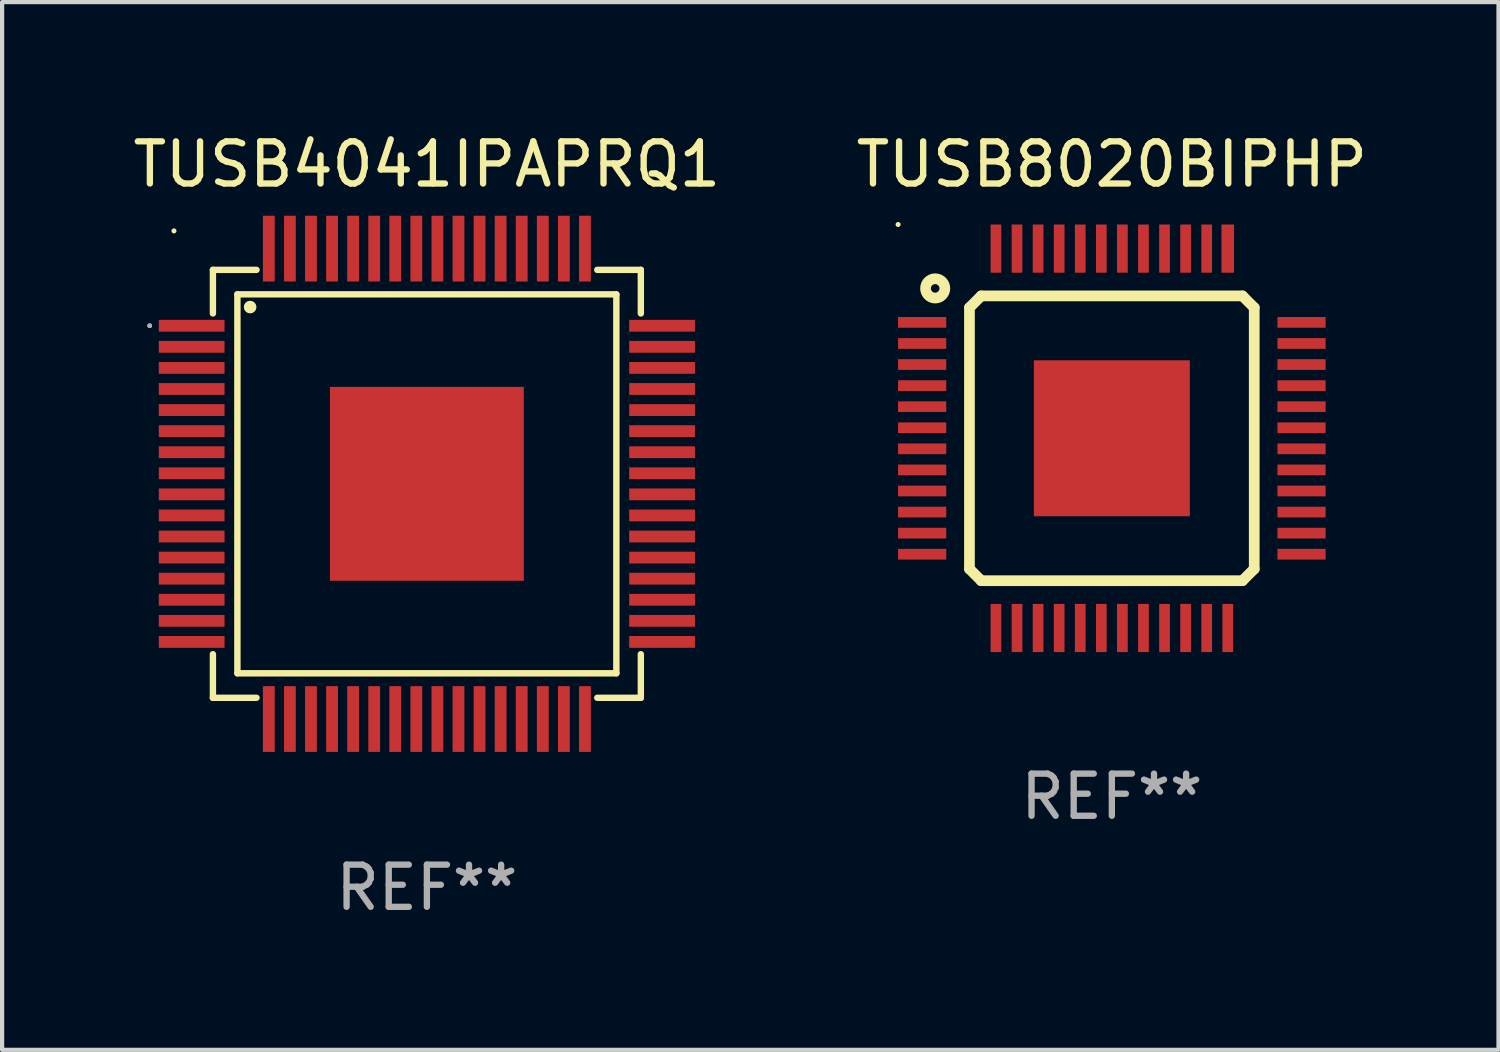
<source format=kicad_pcb>
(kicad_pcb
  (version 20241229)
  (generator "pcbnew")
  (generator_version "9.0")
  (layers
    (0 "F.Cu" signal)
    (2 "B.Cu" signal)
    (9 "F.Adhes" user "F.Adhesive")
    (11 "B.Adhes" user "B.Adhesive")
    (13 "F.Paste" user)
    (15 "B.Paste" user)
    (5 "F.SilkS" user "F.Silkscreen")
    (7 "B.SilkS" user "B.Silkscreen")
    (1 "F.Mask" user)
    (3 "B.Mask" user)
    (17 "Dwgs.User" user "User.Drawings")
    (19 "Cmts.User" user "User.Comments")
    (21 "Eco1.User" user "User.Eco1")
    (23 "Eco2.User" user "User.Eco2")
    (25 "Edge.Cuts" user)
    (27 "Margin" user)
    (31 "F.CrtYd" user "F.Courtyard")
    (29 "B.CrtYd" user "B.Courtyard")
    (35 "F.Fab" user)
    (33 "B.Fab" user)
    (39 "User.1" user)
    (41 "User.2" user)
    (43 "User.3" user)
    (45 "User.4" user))
  (footprint "TUSB8020BIPHP"
    (layer "F.Cu")
    (at 23.327 7.348)
    (property "Reference" "TUSB8020BIPHP" (at 0 -6.5 0) (layer "F.SilkS") (effects (font (size 1 1) (thickness 0.15))))
    (attr through_hole)
    (fp_line (start -3.378 -3.099) (end -3.099 -3.378) (stroke (width 0.254) (type solid)) (layer "F.SilkS"))
    (fp_line (start -3.378 3.099) (end -3.378 -3.099) (stroke (width 0.254) (type solid)) (layer "F.SilkS"))
    (fp_line (start -3.099 -3.378) (end 3.099 -3.378) (stroke (width 0.254) (type solid)) (layer "F.SilkS"))
    (fp_line (start -3.099 3.378) (end -3.378 3.099) (stroke (width 0.254) (type solid)) (layer "F.SilkS"))
    (fp_line (start 3.099 -3.378) (end 3.378 -3.099) (stroke (width 0.254) (type solid)) (layer "F.SilkS"))
    (fp_line (start 3.099 3.378) (end -3.099 3.378) (stroke (width 0.254) (type solid)) (layer "F.SilkS"))
    (fp_line (start 3.378 -3.099) (end 3.378 3.099) (stroke (width 0.254) (type solid)) (layer "F.SilkS"))
    (fp_line (start 3.378 3.099) (end 3.099 3.378) (stroke (width 0.254) (type solid)) (layer "F.SilkS"))
    (fp_circle (center -5.071 -5.072) (end -5.041 -5.072) (stroke (width 0.06) (type solid)) (fill no) (layer "F.SilkS"))
    (fp_circle (center -4.191 -3.556) (end -3.962 -3.556) (stroke (width 0.254) (type solid)) (fill no) (layer "F.SilkS"))
    (fp_text user "REF**" (at 0 8.5 0) (layer "F.Fab") (effects (font (size 1 1) (thickness 0.15))))
    (pad "1" smd rect (at -4.5 -2.75 270) (size 0.254 1.143) (layers "F.Cu" "F.Mask" "F.Paste"))
    (pad "2" smd rect (at -4.5 -2.25 270) (size 0.254 1.143) (layers "F.Cu" "F.Mask" "F.Paste"))
    (pad "3" smd rect (at -4.5 -1.75 270) (size 0.254 1.143) (layers "F.Cu" "F.Mask" "F.Paste"))
    (pad "4" smd rect (at -4.5 -1.25 270) (size 0.254 1.143) (layers "F.Cu" "F.Mask" "F.Paste"))
    (pad "5" smd rect (at -4.5 -0.75 270) (size 0.254 1.143) (layers "F.Cu" "F.Mask" "F.Paste"))
    (pad "6" smd rect (at -4.5 -0.25 270) (size 0.254 1.143) (layers "F.Cu" "F.Mask" "F.Paste"))
    (pad "7" smd rect (at -4.5 0.25 270) (size 0.254 1.143) (layers "F.Cu" "F.Mask" "F.Paste"))
    (pad "8" smd rect (at -4.5 0.75 270) (size 0.254 1.143) (layers "F.Cu" "F.Mask" "F.Paste"))
    (pad "9" smd rect (at -4.5 1.25 270) (size 0.254 1.143) (layers "F.Cu" "F.Mask" "F.Paste"))
    (pad "10" smd rect (at -4.5 1.75 270) (size 0.254 1.143) (layers "F.Cu" "F.Mask" "F.Paste"))
    (pad "11" smd rect (at -4.5 2.25 270) (size 0.254 1.143) (layers "F.Cu" "F.Mask" "F.Paste"))
    (pad "12" smd rect (at -4.5 2.75 270) (size 0.254 1.143) (layers "F.Cu" "F.Mask" "F.Paste"))
    (pad "13" smd rect (at -2.75 4.5 270) (size 1.143 0.254) (layers "F.Cu" "F.Mask" "F.Paste"))
    (pad "14" smd rect (at -2.25 4.5 270) (size 1.143 0.254) (layers "F.Cu" "F.Mask" "F.Paste"))
    (pad "15" smd rect (at -1.75 4.5 270) (size 1.143 0.254) (layers "F.Cu" "F.Mask" "F.Paste"))
    (pad "16" smd rect (at -1.25 4.5 270) (size 1.143 0.254) (layers "F.Cu" "F.Mask" "F.Paste"))
    (pad "17" smd rect (at -0.75 4.5 270) (size 1.143 0.254) (layers "F.Cu" "F.Mask" "F.Paste"))
    (pad "18" smd rect (at -0.25 4.5 270) (size 1.143 0.254) (layers "F.Cu" "F.Mask" "F.Paste"))
    (pad "19" smd rect (at 0.25 4.5 270) (size 1.143 0.254) (layers "F.Cu" "F.Mask" "F.Paste"))
    (pad "20" smd rect (at 0.75 4.5 270) (size 1.143 0.254) (layers "F.Cu" "F.Mask" "F.Paste"))
    (pad "21" smd rect (at 1.25 4.5 270) (size 1.143 0.254) (layers "F.Cu" "F.Mask" "F.Paste"))
    (pad "22" smd rect (at 1.75 4.5 270) (size 1.143 0.254) (layers "F.Cu" "F.Mask" "F.Paste"))
    (pad "23" smd rect (at 2.25 4.5 270) (size 1.143 0.254) (layers "F.Cu" "F.Mask" "F.Paste"))
    (pad "24" smd rect (at 2.75 4.5 270) (size 1.143 0.254) (layers "F.Cu" "F.Mask" "F.Paste"))
    (pad "25" smd rect (at 4.5 2.75 270) (size 0.254 1.143) (layers "F.Cu" "F.Mask" "F.Paste"))
    (pad "26" smd rect (at 4.5 2.25 270) (size 0.254 1.143) (layers "F.Cu" "F.Mask" "F.Paste"))
    (pad "27" smd rect (at 4.5 1.75 270) (size 0.254 1.143) (layers "F.Cu" "F.Mask" "F.Paste"))
    (pad "28" smd rect (at 4.5 1.25 270) (size 0.254 1.143) (layers "F.Cu" "F.Mask" "F.Paste"))
    (pad "29" smd rect (at 4.5 0.75 270) (size 0.254 1.143) (layers "F.Cu" "F.Mask" "F.Paste"))
    (pad "30" smd rect (at 4.5 0.25 270) (size 0.254 1.143) (layers "F.Cu" "F.Mask" "F.Paste"))
    (pad "31" smd rect (at 4.5 -0.25 270) (size 0.254 1.143) (layers "F.Cu" "F.Mask" "F.Paste"))
    (pad "32" smd rect (at 4.5 -0.75 270) (size 0.254 1.143) (layers "F.Cu" "F.Mask" "F.Paste"))
    (pad "33" smd rect (at 4.5 -1.25 270) (size 0.254 1.143) (layers "F.Cu" "F.Mask" "F.Paste"))
    (pad "34" smd rect (at 4.5 -1.75 270) (size 0.254 1.143) (layers "F.Cu" "F.Mask" "F.Paste"))
    (pad "35" smd rect (at 4.5 -2.25 270) (size 0.254 1.143) (layers "F.Cu" "F.Mask" "F.Paste"))
    (pad "36" smd rect (at 4.5 -2.75 270) (size 0.254 1.143) (layers "F.Cu" "F.Mask" "F.Paste"))
    (pad "37" smd rect (at 2.75 -4.5 270) (size 1.143 0.3) (layers "F.Cu" "F.Mask" "F.Paste"))
    (pad "38" smd rect (at 2.25 -4.5 270) (size 1.143 0.254) (layers "F.Cu" "F.Mask" "F.Paste"))
    (pad "39" smd rect (at 1.75 -4.5 270) (size 1.143 0.254) (layers "F.Cu" "F.Mask" "F.Paste"))
    (pad "40" smd rect (at 1.25 -4.5 270) (size 1.143 0.254) (layers "F.Cu" "F.Mask" "F.Paste"))
    (pad "41" smd rect (at 0.75 -4.5 270) (size 1.143 0.254) (layers "F.Cu" "F.Mask" "F.Paste"))
    (pad "42" smd rect (at 0.25 -4.5 270) (size 1.143 0.254) (layers "F.Cu" "F.Mask" "F.Paste"))
    (pad "43" smd rect (at -0.25 -4.5 270) (size 1.143 0.254) (layers "F.Cu" "F.Mask" "F.Paste"))
    (pad "44" smd rect (at -0.75 -4.5 270) (size 1.143 0.254) (layers "F.Cu" "F.Mask" "F.Paste"))
    (pad "45" smd rect (at -1.25 -4.5 270) (size 1.143 0.254) (layers "F.Cu" "F.Mask" "F.Paste"))
    (pad "46" smd rect (at -1.75 -4.5 270) (size 1.143 0.254) (layers "F.Cu" "F.Mask" "F.Paste"))
    (pad "47" smd rect (at -2.25 -4.5 270) (size 1.143 0.254) (layers "F.Cu" "F.Mask" "F.Paste"))
    (pad "48" smd rect (at -2.75 -4.5 270) (size 1.143 0.254) (layers "F.Cu" "F.Mask" "F.Paste"))
    (pad "49" smd rect (at 0.000127 -0.000127 270) (size 3.7 3.7) (layers "F.Cu" "F.Mask" "F.Paste")))
  (footprint "TUSB4041IPAPRQ1"
    (layer "F.Cu")
    (at 7.077 8.428)
    (property "Reference" "TUSB4041IPAPRQ1" (at 0 -7.58 0) (layer "F.SilkS") (effects (font (size 1 1) (thickness 0.15))))
    (attr through_hole)
    (fp_line (start -5.076 -5.076) (end -4.042 -5.076) (stroke (width 0.152) (type solid)) (layer "F.SilkS"))
    (fp_line (start -5.076 -4.042) (end -5.076 -5.076) (stroke (width 0.152) (type solid)) (layer "F.SilkS"))
    (fp_line (start -5.076 4.042) (end -5.076 5.076) (stroke (width 0.152) (type solid)) (layer "F.SilkS"))
    (fp_line (start -5.076 5.076) (end -4.042 5.076) (stroke (width 0.152) (type solid)) (layer "F.SilkS"))
    (fp_line (start -4.495 -4.495) (end 4.495 -4.495) (stroke (width 0.152) (type solid)) (layer "F.SilkS"))
    (fp_line (start -4.495 4.495) (end -4.495 -4.495) (stroke (width 0.152) (type solid)) (layer "F.SilkS"))
    (fp_line (start 4.495 -4.495) (end 4.495 4.495) (stroke (width 0.152) (type solid)) (layer "F.SilkS"))
    (fp_line (start 4.495 4.495) (end -4.495 4.495) (stroke (width 0.152) (type solid)) (layer "F.SilkS"))
    (fp_line (start 5.076 -5.076) (end 4.042 -5.076) (stroke (width 0.152) (type solid)) (layer "F.SilkS"))
    (fp_line (start 5.076 -4.042) (end 5.076 -5.076) (stroke (width 0.152) (type solid)) (layer "F.SilkS"))
    (fp_line (start 5.076 4.042) (end 5.076 5.076) (stroke (width 0.152) (type solid)) (layer "F.SilkS"))
    (fp_line (start 5.076 5.076) (end 4.042 5.076) (stroke (width 0.152) (type solid)) (layer "F.SilkS"))
    (fp_circle (center -6.576 -3.75) (end -6.548 -3.75) (stroke (width 0.055) (type solid)) (fill no) (layer "F.SilkS"))
    (fp_circle (center -6 -6) (end -5.97 -6) (stroke (width 0.06) (type solid)) (fill no) (layer "F.SilkS"))
    (fp_circle (center -4.193 -4.193) (end -4.118 -4.193) (stroke (width 0.15) (type solid)) (fill no) (layer "F.SilkS"))
    (fp_circle (center -6.576 -3.75) (end -6.548 -3.75) (stroke (width 0.055) (type solid)) (fill no) (layer "F.Fab"))
    (fp_text user "REF**" (at 0 9.58 0) (layer "F.Fab") (effects (font (size 1 1) (thickness 0.15))))
    (pad "1" smd rect (at -5.58 -3.75) (size 1.56 0.28) (layers "F.Cu" "F.Mask" "F.Paste"))
    (pad "2" smd rect (at -5.58 -3.25) (size 1.56 0.28) (layers "F.Cu" "F.Mask" "F.Paste"))
    (pad "3" smd rect (at -5.58 -2.75) (size 1.56 0.28) (layers "F.Cu" "F.Mask" "F.Paste"))
    (pad "4" smd rect (at -5.58 -2.25) (size 1.56 0.28) (layers "F.Cu" "F.Mask" "F.Paste"))
    (pad "5" smd rect (at -5.58 -1.75) (size 1.56 0.28) (layers "F.Cu" "F.Mask" "F.Paste"))
    (pad "6" smd rect (at -5.58 -1.25) (size 1.56 0.28) (layers "F.Cu" "F.Mask" "F.Paste"))
    (pad "7" smd rect (at -5.58 -0.75) (size 1.56 0.28) (layers "F.Cu" "F.Mask" "F.Paste"))
    (pad "8" smd rect (at -5.58 -0.25) (size 1.56 0.28) (layers "F.Cu" "F.Mask" "F.Paste"))
    (pad "9" smd rect (at -5.58 0.25) (size 1.56 0.28) (layers "F.Cu" "F.Mask" "F.Paste"))
    (pad "10" smd rect (at -5.58 0.75) (size 1.56 0.28) (layers "F.Cu" "F.Mask" "F.Paste"))
    (pad "11" smd rect (at -5.58 1.25) (size 1.56 0.28) (layers "F.Cu" "F.Mask" "F.Paste"))
    (pad "12" smd rect (at -5.58 1.75) (size 1.56 0.28) (layers "F.Cu" "F.Mask" "F.Paste"))
    (pad "13" smd rect (at -5.58 2.25) (size 1.56 0.28) (layers "F.Cu" "F.Mask" "F.Paste"))
    (pad "14" smd rect (at -5.58 2.75) (size 1.56 0.28) (layers "F.Cu" "F.Mask" "F.Paste"))
    (pad "15" smd rect (at -5.58 3.25) (size 1.56 0.28) (layers "F.Cu" "F.Mask" "F.Paste"))
    (pad "16" smd rect (at -5.58 3.75) (size 1.56 0.28) (layers "F.Cu" "F.Mask" "F.Paste"))
    (pad "17" smd rect (at -3.75 5.58) (size 0.28 1.56) (layers "F.Cu" "F.Mask" "F.Paste"))
    (pad "18" smd rect (at -3.25 5.58) (size 0.28 1.56) (layers "F.Cu" "F.Mask" "F.Paste"))
    (pad "19" smd rect (at -2.75 5.58) (size 0.28 1.56) (layers "F.Cu" "F.Mask" "F.Paste"))
    (pad "20" smd rect (at -2.25 5.58) (size 0.28 1.56) (layers "F.Cu" "F.Mask" "F.Paste"))
    (pad "21" smd rect (at -1.75 5.58) (size 0.28 1.56) (layers "F.Cu" "F.Mask" "F.Paste"))
    (pad "22" smd rect (at -1.25 5.58) (size 0.28 1.56) (layers "F.Cu" "F.Mask" "F.Paste"))
    (pad "23" smd rect (at -0.75 5.58) (size 0.28 1.56) (layers "F.Cu" "F.Mask" "F.Paste"))
    (pad "24" smd rect (at -0.25 5.58) (size 0.28 1.56) (layers "F.Cu" "F.Mask" "F.Paste"))
    (pad "25" smd rect (at 0.25 5.58) (size 0.28 1.56) (layers "F.Cu" "F.Mask" "F.Paste"))
    (pad "26" smd rect (at 0.75 5.58) (size 0.28 1.56) (layers "F.Cu" "F.Mask" "F.Paste"))
    (pad "27" smd rect (at 1.25 5.58) (size 0.28 1.56) (layers "F.Cu" "F.Mask" "F.Paste"))
    (pad "28" smd rect (at 1.75 5.58) (size 0.28 1.56) (layers "F.Cu" "F.Mask" "F.Paste"))
    (pad "29" smd rect (at 2.25 5.58) (size 0.28 1.56) (layers "F.Cu" "F.Mask" "F.Paste"))
    (pad "30" smd rect (at 2.75 5.58) (size 0.28 1.56) (layers "F.Cu" "F.Mask" "F.Paste"))
    (pad "31" smd rect (at 3.25 5.58) (size 0.28 1.56) (layers "F.Cu" "F.Mask" "F.Paste"))
    (pad "32" smd rect (at 3.75 5.58) (size 0.28 1.56) (layers "F.Cu" "F.Mask" "F.Paste"))
    (pad "33" smd rect (at 5.58 3.75) (size 1.56 0.28) (layers "F.Cu" "F.Mask" "F.Paste"))
    (pad "34" smd rect (at 5.58 3.25) (size 1.56 0.28) (layers "F.Cu" "F.Mask" "F.Paste"))
    (pad "35" smd rect (at 5.58 2.75) (size 1.56 0.28) (layers "F.Cu" "F.Mask" "F.Paste"))
    (pad "36" smd rect (at 5.58 2.25) (size 1.56 0.28) (layers "F.Cu" "F.Mask" "F.Paste"))
    (pad "37" smd rect (at 5.58 1.75) (size 1.56 0.28) (layers "F.Cu" "F.Mask" "F.Paste"))
    (pad "38" smd rect (at 5.58 1.25) (size 1.56 0.28) (layers "F.Cu" "F.Mask" "F.Paste"))
    (pad "39" smd rect (at 5.58 0.75) (size 1.56 0.28) (layers "F.Cu" "F.Mask" "F.Paste"))
    (pad "40" smd rect (at 5.58 0.25) (size 1.56 0.28) (layers "F.Cu" "F.Mask" "F.Paste"))
    (pad "41" smd rect (at 5.58 -0.25) (size 1.56 0.28) (layers "F.Cu" "F.Mask" "F.Paste"))
    (pad "42" smd rect (at 5.58 -0.75) (size 1.56 0.28) (layers "F.Cu" "F.Mask" "F.Paste"))
    (pad "43" smd rect (at 5.58 -1.25) (size 1.56 0.28) (layers "F.Cu" "F.Mask" "F.Paste"))
    (pad "44" smd rect (at 5.58 -1.75) (size 1.56 0.28) (layers "F.Cu" "F.Mask" "F.Paste"))
    (pad "45" smd rect (at 5.58 -2.25) (size 1.56 0.28) (layers "F.Cu" "F.Mask" "F.Paste"))
    (pad "46" smd rect (at 5.58 -2.75) (size 1.56 0.28) (layers "F.Cu" "F.Mask" "F.Paste"))
    (pad "47" smd rect (at 5.58 -3.25) (size 1.56 0.28) (layers "F.Cu" "F.Mask" "F.Paste"))
    (pad "48" smd rect (at 5.58 -3.75) (size 1.56 0.28) (layers "F.Cu" "F.Mask" "F.Paste"))
    (pad "49" smd rect (at 3.75 -5.58) (size 0.28 1.56) (layers "F.Cu" "F.Mask" "F.Paste"))
    (pad "50" smd rect (at 3.25 -5.58) (size 0.28 1.56) (layers "F.Cu" "F.Mask" "F.Paste"))
    (pad "51" smd rect (at 2.75 -5.58) (size 0.28 1.56) (layers "F.Cu" "F.Mask" "F.Paste"))
    (pad "52" smd rect (at 2.25 -5.58) (size 0.28 1.56) (layers "F.Cu" "F.Mask" "F.Paste"))
    (pad "53" smd rect (at 1.75 -5.58) (size 0.28 1.56) (layers "F.Cu" "F.Mask" "F.Paste"))
    (pad "54" smd rect (at 1.25 -5.58) (size 0.28 1.56) (layers "F.Cu" "F.Mask" "F.Paste"))
    (pad "55" smd rect (at 0.75 -5.58) (size 0.28 1.56) (layers "F.Cu" "F.Mask" "F.Paste"))
    (pad "56" smd rect (at 0.25 -5.58) (size 0.28 1.56) (layers "F.Cu" "F.Mask" "F.Paste"))
    (pad "57" smd rect (at -0.25 -5.58) (size 0.28 1.56) (layers "F.Cu" "F.Mask" "F.Paste"))
    (pad "58" smd rect (at -0.75 -5.58) (size 0.28 1.56) (layers "F.Cu" "F.Mask" "F.Paste"))
    (pad "59" smd rect (at -1.25 -5.58) (size 0.28 1.56) (layers "F.Cu" "F.Mask" "F.Paste"))
    (pad "60" smd rect (at -1.75 -5.58) (size 0.28 1.56) (layers "F.Cu" "F.Mask" "F.Paste"))
    (pad "61" smd rect (at -2.25 -5.58) (size 0.28 1.56) (layers "F.Cu" "F.Mask" "F.Paste"))
    (pad "62" smd rect (at -2.75 -5.58) (size 0.28 1.56) (layers "F.Cu" "F.Mask" "F.Paste"))
    (pad "63" smd rect (at -3.25 -5.58) (size 0.28 1.56) (layers "F.Cu" "F.Mask" "F.Paste"))
    (pad "64" smd rect (at -3.75 -5.58) (size 0.28 1.56) (layers "F.Cu" "F.Mask" "F.Paste"))
    (pad "65" smd rect (at 0 0) (size 4.6 4.6) (layers "F.Cu" "F.Mask" "F.Paste")))
  (gr_rect
    (start -3 -3)
    (end 32.5 21.856)
    (stroke (width 0.1) (type default))
    (fill no)
    (layer "Edge.Cuts")))
</source>
